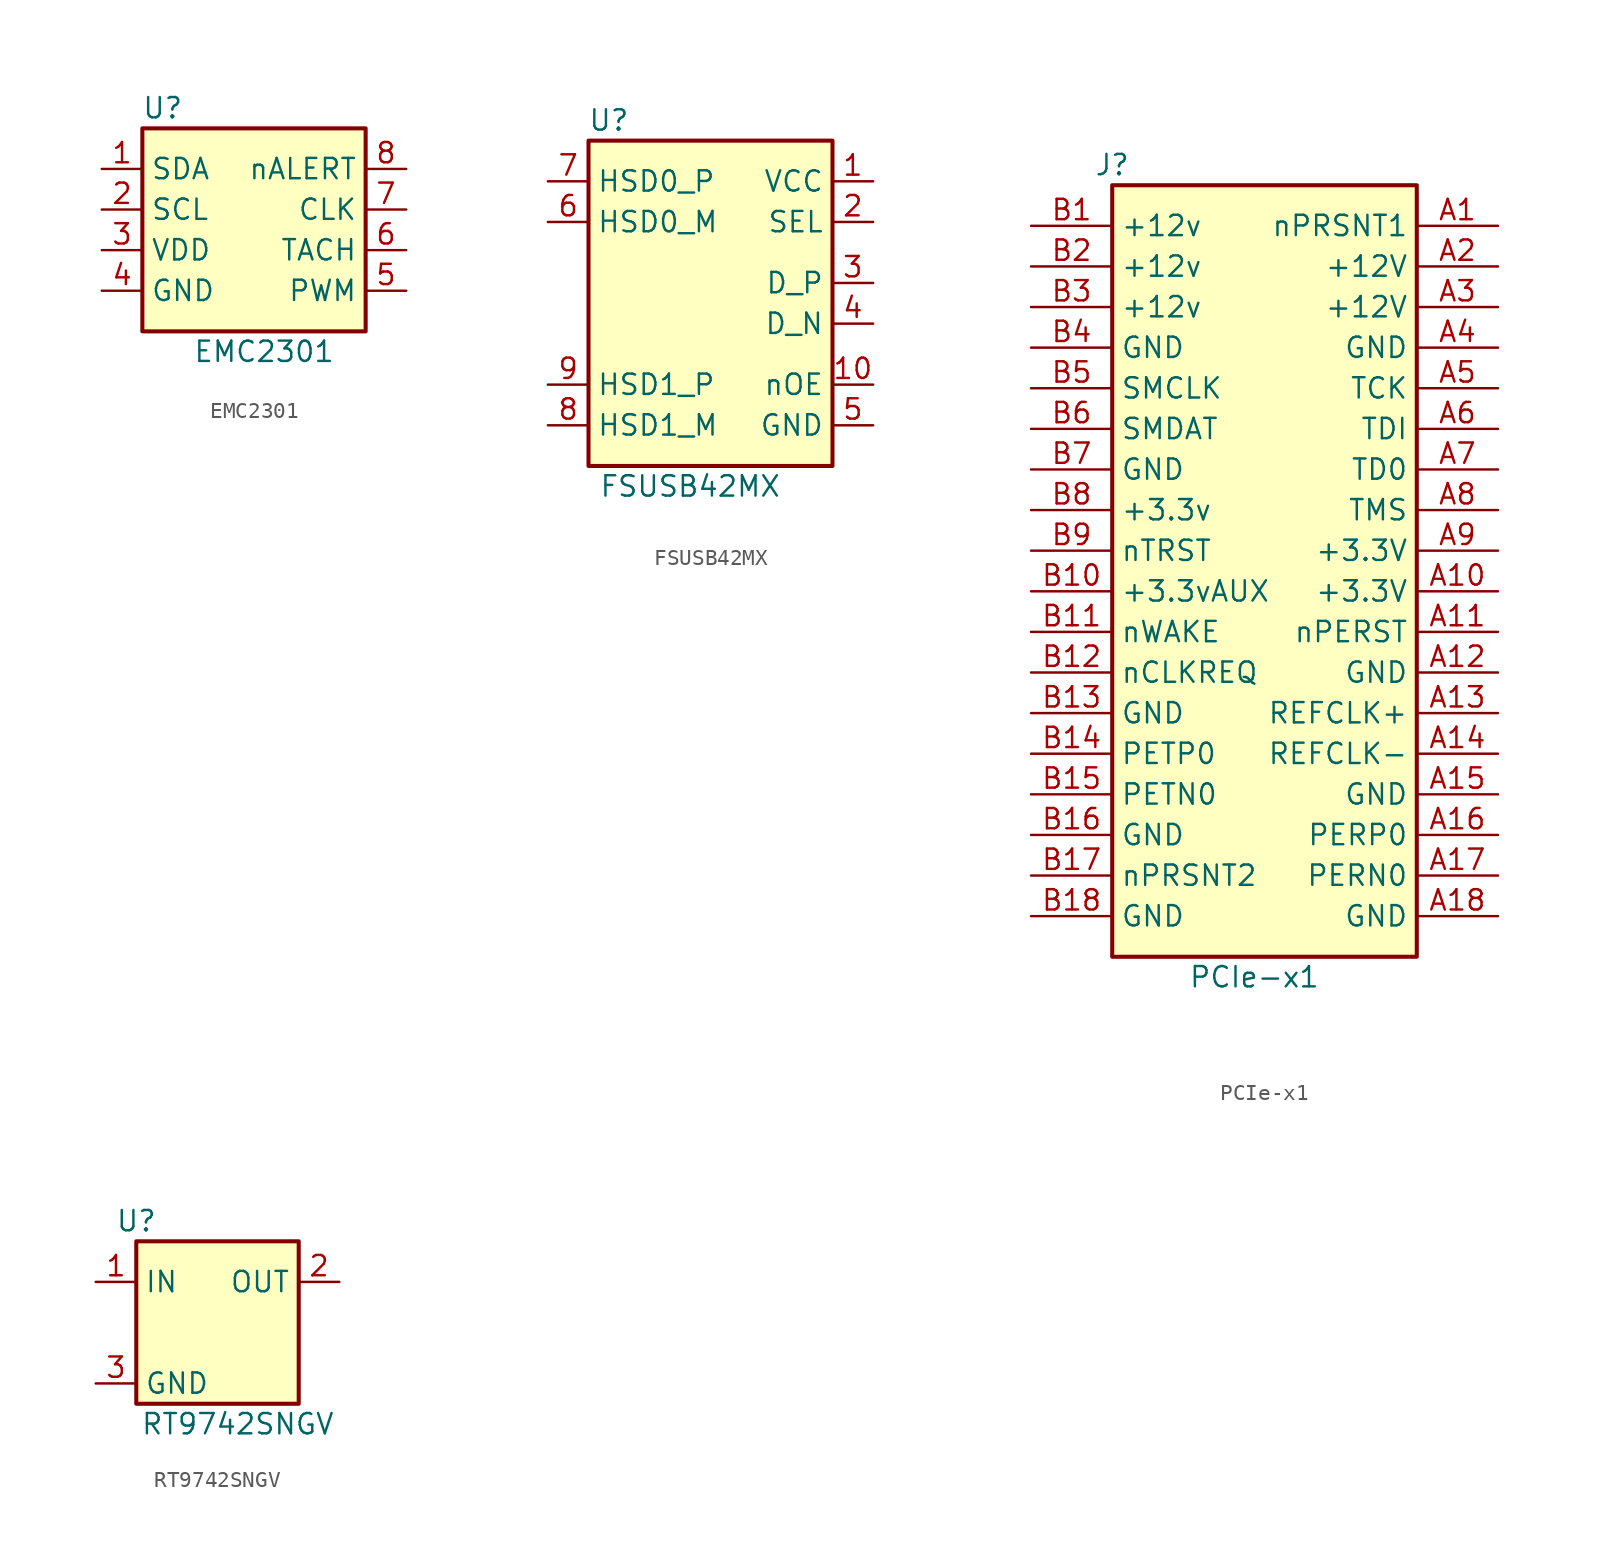
<source format=kicad_sym>
(kicad_symbol_lib
  (version 20201005)
  (generator kicad_symbol_editor)
  (symbol "RPi_CM4IO:EMC2301"
    (property "Reference" "U"
      (at -7.62 13.97 0)
      (effects (font (size 1.27 1.27))))
    (property "Value" "EMC2301"
      (at -1.27 -1.27 0)
      (effects (font (size 1.27 1.27))))
    (symbol "EMC2301_0_0"
      (pin open_collector line (at -11.43 10.16 0) (length 2.54) (name "SDA" (effects (font (size 1.27 1.27)))) (number "1" (effects (font (size 1.27 1.27)))))
      (pin open_collector line (at -11.43 7.62 0) (length 2.54) (name "SCL" (effects (font (size 1.27 1.27)))) (number "2" (effects (font (size 1.27 1.27)))))
      (pin power_in line (at -11.43 5.08 0) (length 2.54) (name "VDD" (effects (font (size 1.27 1.27)))) (number "3" (effects (font (size 1.27 1.27)))))
      (pin power_in line (at -11.43 2.54 0) (length 2.54) (name "GND" (effects (font (size 1.27 1.27)))) (number "4" (effects (font (size 1.27 1.27)))))
      (pin output line (at 7.62 2.54 180) (length 2.54) (name "PWM" (effects (font (size 1.27 1.27)))) (number "5" (effects (font (size 1.27 1.27)))))
      (pin input line (at 7.62 5.08 180) (length 2.54) (name "TACH" (effects (font (size 1.27 1.27)))) (number "6" (effects (font (size 1.27 1.27)))))
      (pin input line (at 7.62 7.62 180) (length 2.54) (name "CLK" (effects (font (size 1.27 1.27)))) (number "7" (effects (font (size 1.27 1.27)))))
      (pin open_collector line (at 7.62 10.16 180) (length 2.54) (name "nALERT" (effects (font (size 1.27 1.27)))) (number "8" (effects (font (size 1.27 1.27))))))
    (symbol "EMC2301_0_1"
      (rectangle (start -8.89 12.7) (end 5.08 0) (stroke (width 0.254)) (fill (type background)))))
  (symbol "RPi_CM4IO:FSUSB42MX"
    (property "Reference" "U"
      (at -7.62 20.32 0)
      (effects (font (size 1.27 1.27))))
    (property "Value" "FSUSB42MX"
      (at -2.54 -2.54 0)
      (effects (font (size 1.27 1.27))))
    (symbol "FSUSB42MX_0_0"
      (pin power_in line (at 8.89 16.51 180) (length 2.54) (name "VCC" (effects (font (size 1.27 1.27)))) (number "1" (effects (font (size 1.27 1.27)))))
      (pin input line (at 8.89 3.81 180) (length 2.54) (name "nOE" (effects (font (size 1.27 1.27)))) (number "10" (effects (font (size 1.27 1.27)))))
      (pin input line (at 8.89 13.97 180) (length 2.54) (name "SEL" (effects (font (size 1.27 1.27)))) (number "2" (effects (font (size 1.27 1.27)))))
      (pin bidirectional line (at 8.89 10.16 180) (length 2.54) (name "D_P" (effects (font (size 1.27 1.27)))) (number "3" (effects (font (size 1.27 1.27)))))
      (pin bidirectional line (at 8.89 7.62 180) (length 2.54) (name "D_N" (effects (font (size 1.27 1.27)))) (number "4" (effects (font (size 1.27 1.27)))))
      (pin power_in line (at 8.89 1.27 180) (length 2.54) (name "GND" (effects (font (size 1.27 1.27)))) (number "5" (effects (font (size 1.27 1.27)))))
      (pin bidirectional line (at -11.43 13.97 0) (length 2.54) (name "HSD0_M" (effects (font (size 1.27 1.27)))) (number "6" (effects (font (size 1.27 1.27)))))
      (pin bidirectional line (at -11.43 16.51 0) (length 2.54) (name "HSD0_P" (effects (font (size 1.27 1.27)))) (number "7" (effects (font (size 1.27 1.27)))))
      (pin bidirectional line (at -11.43 1.27 0) (length 2.54) (name "HSD1_M" (effects (font (size 1.27 1.27)))) (number "8" (effects (font (size 1.27 1.27)))))
      (pin bidirectional line (at -11.43 3.81 0) (length 2.54) (name "HSD1_P" (effects (font (size 1.27 1.27)))) (number "9" (effects (font (size 1.27 1.27))))))
    (symbol "FSUSB42MX_0_1"
      (rectangle (start -8.89 19.05) (end 6.35 -1.27) (stroke (width 0.254)) (fill (type background)))))
  (symbol "RPi_CM4IO:PCIe-x1"
    (property "Reference" "J"
      (at -13.97 36.83 0)
      (effects (font (size 1.27 1.27))))
    (property "Value" "PCIe-x1"
      (at -5.08 -13.97 0)
      (effects (font (size 1.27 1.27))))
    (symbol "PCIe-x1_0_0"
      (pin passive line (at 10.16 33.02 180) (length 5.08) (name "nPRSNT1" (effects (font (size 1.27 1.27)))) (number "A1" (effects (font (size 1.27 1.27)))))
      (pin power_in line (at 10.16 10.16 180) (length 5.08) (name "+3.3V" (effects (font (size 1.27 1.27)))) (number "A10" (effects (font (size 1.27 1.27)))))
      (pin input line (at 10.16 7.62 180) (length 5.08) (name "nPERST" (effects (font (size 1.27 1.27)))) (number "A11" (effects (font (size 1.27 1.27)))))
      (pin power_in line (at 10.16 5.08 180) (length 5.08) (name "GND" (effects (font (size 1.27 1.27)))) (number "A12" (effects (font (size 1.27 1.27)))))
      (pin input line (at 10.16 2.54 180) (length 5.08) (name "REFCLK+" (effects (font (size 1.27 1.27)))) (number "A13" (effects (font (size 1.27 1.27)))))
      (pin input line (at 10.16 0 180) (length 5.08) (name "REFCLK-" (effects (font (size 1.27 1.27)))) (number "A14" (effects (font (size 1.27 1.27)))))
      (pin power_in line (at 10.16 -2.54 180) (length 5.08) (name "GND" (effects (font (size 1.27 1.27)))) (number "A15" (effects (font (size 1.27 1.27)))))
      (pin output line (at 10.16 -5.08 180) (length 5.08) (name "PERP0" (effects (font (size 1.27 1.27)))) (number "A16" (effects (font (size 1.27 1.27)))))
      (pin output line (at 10.16 -7.62 180) (length 5.08) (name "PERN0" (effects (font (size 1.27 1.27)))) (number "A17" (effects (font (size 1.27 1.27)))))
      (pin power_in line (at 10.16 -10.16 180) (length 5.08) (name "GND" (effects (font (size 1.27 1.27)))) (number "A18" (effects (font (size 1.27 1.27)))))
      (pin power_in line (at 10.16 30.48 180) (length 5.08) (name "+12V" (effects (font (size 1.27 1.27)))) (number "A2" (effects (font (size 1.27 1.27)))))
      (pin power_in line (at 10.16 27.94 180) (length 5.08) (name "+12V" (effects (font (size 1.27 1.27)))) (number "A3" (effects (font (size 1.27 1.27)))))
      (pin power_in line (at 10.16 25.4 180) (length 5.08) (name "GND" (effects (font (size 1.27 1.27)))) (number "A4" (effects (font (size 1.27 1.27)))))
      (pin input line (at 10.16 22.86 180) (length 5.08) (name "TCK" (effects (font (size 1.27 1.27)))) (number "A5" (effects (font (size 1.27 1.27)))))
      (pin input line (at 10.16 20.32 180) (length 5.08) (name "TDI" (effects (font (size 1.27 1.27)))) (number "A6" (effects (font (size 1.27 1.27)))))
      (pin output line (at 10.16 17.78 180) (length 5.08) (name "TD0" (effects (font (size 1.27 1.27)))) (number "A7" (effects (font (size 1.27 1.27)))))
      (pin input line (at 10.16 15.24 180) (length 5.08) (name "TMS" (effects (font (size 1.27 1.27)))) (number "A8" (effects (font (size 1.27 1.27)))))
      (pin power_in line (at 10.16 12.7 180) (length 5.08) (name "+3.3V" (effects (font (size 1.27 1.27)))) (number "A9" (effects (font (size 1.27 1.27)))))
      (pin power_in line (at -19.05 33.02 0) (length 5.08) (name "+12v" (effects (font (size 1.27 1.27)))) (number "B1" (effects (font (size 1.27 1.27)))))
      (pin power_in line (at -19.05 10.16 0) (length 5.08) (name "+3.3vAUX" (effects (font (size 1.27 1.27)))) (number "B10" (effects (font (size 1.27 1.27)))))
      (pin open_collector line (at -19.05 7.62 0) (length 5.08) (name "nWAKE" (effects (font (size 1.27 1.27)))) (number "B11" (effects (font (size 1.27 1.27)))))
      (pin open_collector line (at -19.05 5.08 0) (length 5.08) (name "nCLKREQ" (effects (font (size 1.27 1.27)))) (number "B12" (effects (font (size 1.27 1.27)))))
      (pin power_in line (at -19.05 2.54 0) (length 5.08) (name "GND" (effects (font (size 1.27 1.27)))) (number "B13" (effects (font (size 1.27 1.27)))))
      (pin input line (at -19.05 0 0) (length 5.08) (name "PETP0" (effects (font (size 1.27 1.27)))) (number "B14" (effects (font (size 1.27 1.27)))))
      (pin input line (at -19.05 -2.54 0) (length 5.08) (name "PETN0" (effects (font (size 1.27 1.27)))) (number "B15" (effects (font (size 1.27 1.27)))))
      (pin power_in line (at -19.05 -5.08 0) (length 5.08) (name "GND" (effects (font (size 1.27 1.27)))) (number "B16" (effects (font (size 1.27 1.27)))))
      (pin passive line (at -19.05 -7.62 0) (length 5.08) (name "nPRSNT2" (effects (font (size 1.27 1.27)))) (number "B17" (effects (font (size 1.27 1.27)))))
      (pin power_in line (at -19.05 -10.16 0) (length 5.08) (name "GND" (effects (font (size 1.27 1.27)))) (number "B18" (effects (font (size 1.27 1.27)))))
      (pin power_in line (at -19.05 30.48 0) (length 5.08) (name "+12v" (effects (font (size 1.27 1.27)))) (number "B2" (effects (font (size 1.27 1.27)))))
      (pin power_in line (at -19.05 27.94 0) (length 5.08) (name "+12v" (effects (font (size 1.27 1.27)))) (number "B3" (effects (font (size 1.27 1.27)))))
      (pin power_in line (at -19.05 25.4 0) (length 5.08) (name "GND" (effects (font (size 1.27 1.27)))) (number "B4" (effects (font (size 1.27 1.27)))))
      (pin passive line (at -19.05 22.86 0) (length 5.08) (name "SMCLK" (effects (font (size 1.27 1.27)))) (number "B5" (effects (font (size 1.27 1.27)))))
      (pin passive line (at -19.05 20.32 0) (length 5.08) (name "SMDAT" (effects (font (size 1.27 1.27)))) (number "B6" (effects (font (size 1.27 1.27)))))
      (pin power_in line (at -19.05 17.78 0) (length 5.08) (name "GND" (effects (font (size 1.27 1.27)))) (number "B7" (effects (font (size 1.27 1.27)))))
      (pin power_in line (at -19.05 15.24 0) (length 5.08) (name "+3.3v" (effects (font (size 1.27 1.27)))) (number "B8" (effects (font (size 1.27 1.27)))))
      (pin input line (at -19.05 12.7 0) (length 5.08) (name "nTRST" (effects (font (size 1.27 1.27)))) (number "B9" (effects (font (size 1.27 1.27))))))
    (symbol "PCIe-x1_0_1"
      (rectangle (start -13.97 35.56) (end 5.08 -12.7) (stroke (width 0.254)) (fill (type background)))))
  (symbol "RPi_CM4IO:RT9742SNGV"
    (property "Reference" "U"
      (at -2.54 7.62 0)
      (effects (font (size 1.27 1.27))))
    (property "Value" "RT9742SNGV"
      (at 3.81 -5.08 0)
      (effects (font (size 1.27 1.27))))
    (symbol "RT9742SNGV_0_1"
      (rectangle (start -2.54 6.35) (end 7.62 -3.81) (stroke (width 0.254)) (fill (type background))))
    (symbol "RT9742SNGV_1_1"
      (pin power_in line (at -5.08 3.81 0) (length 2.54) (name "IN" (effects (font (size 1.27 1.27)))) (number "1" (effects (font (size 1.27 1.27)))))
      (pin power_in line (at 10.16 3.81 180) (length 2.54) (name "OUT" (effects (font (size 1.27 1.27)))) (number "2" (effects (font (size 1.27 1.27)))))
      (pin power_in line (at -5.08 -2.54 0) (length 2.54) (name "GND" (effects (font (size 1.27 1.27)))) (number "3" (effects (font (size 1.27 1.27))))))))
</source>
